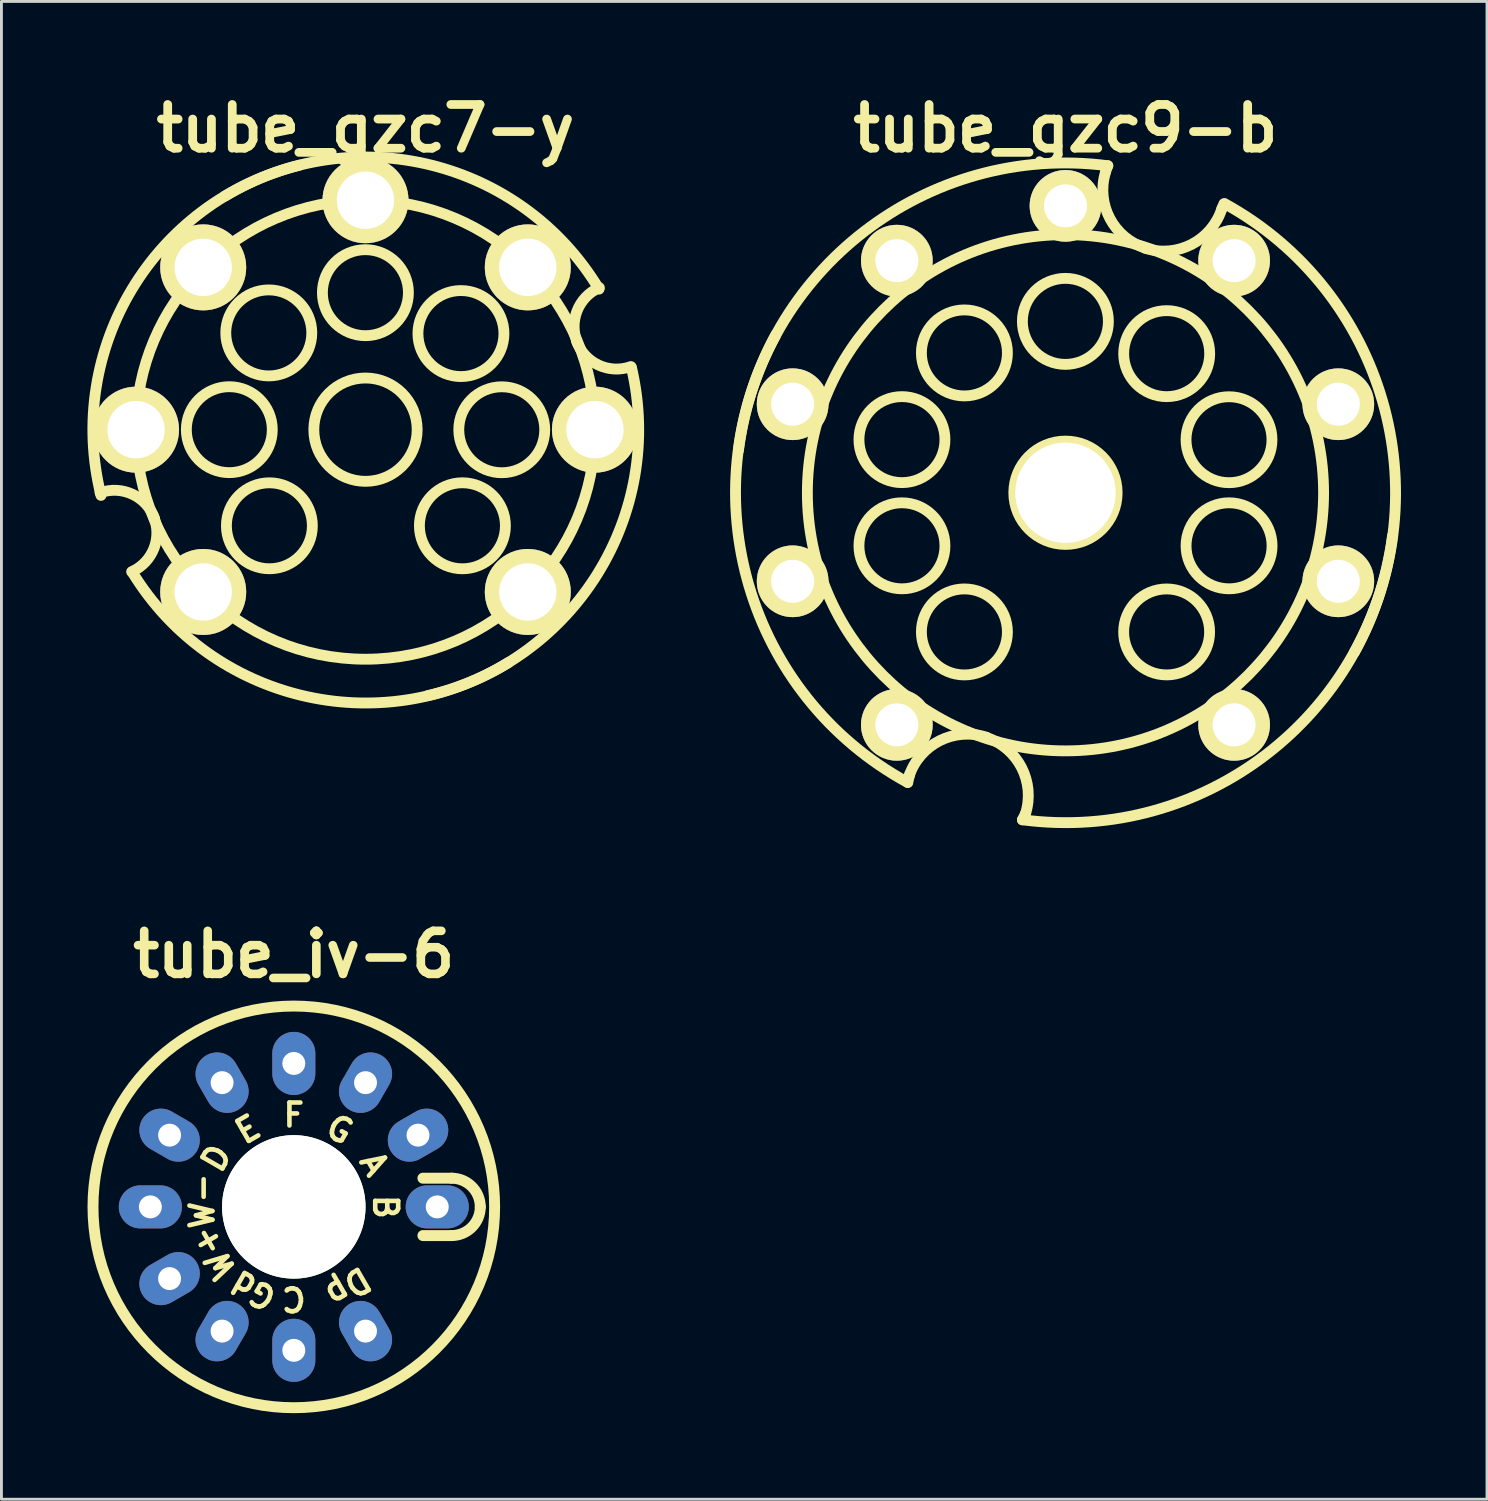
<source format=kicad_pcb>
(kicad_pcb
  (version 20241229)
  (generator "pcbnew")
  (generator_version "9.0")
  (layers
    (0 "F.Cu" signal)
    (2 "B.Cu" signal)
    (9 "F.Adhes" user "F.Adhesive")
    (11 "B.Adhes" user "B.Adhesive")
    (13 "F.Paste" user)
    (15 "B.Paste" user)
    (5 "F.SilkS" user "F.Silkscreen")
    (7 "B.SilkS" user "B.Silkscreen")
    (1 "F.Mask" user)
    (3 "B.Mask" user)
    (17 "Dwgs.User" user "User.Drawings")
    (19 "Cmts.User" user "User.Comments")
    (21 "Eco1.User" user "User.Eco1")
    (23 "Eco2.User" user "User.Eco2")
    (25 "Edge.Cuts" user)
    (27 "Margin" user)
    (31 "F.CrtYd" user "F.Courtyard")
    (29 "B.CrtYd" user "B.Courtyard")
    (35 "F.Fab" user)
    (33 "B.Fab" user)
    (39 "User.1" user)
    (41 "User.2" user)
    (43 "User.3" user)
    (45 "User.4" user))
  (footprint "tube_iv-6"
    (layer "F.Cu")
    (at 7.191 39.018)
    (property "Reference" "tube_iv-6" (at 0 -8.8 0) (layer "F.SilkS") (effects (font (size 1.5 1.5) (thickness 0.3))))
    (attr through_hole)
    (fp_line (start 5.5 -1) (end 4.5 -1) (stroke (width 0.381) (type solid)) (layer "F.SilkS"))
    (fp_line (start 5.5 1) (end 4.5 1) (stroke (width 0.381) (type solid)) (layer "F.SilkS"))
    (fp_arc (start 5.5 -1) (mid 6.207107 -0.707107) (end 6.5 0) (stroke (width 0.381) (type solid)) (layer "F.SilkS"))
    (fp_arc (start 6.5 0) (mid 6.207107 0.707107) (end 5.5 1) (stroke (width 0.381) (type solid)) (layer "F.SilkS"))
    (fp_circle (center 0 0) (end 7 0) (stroke (width 0.381) (type solid)) (fill no) (layer "F.SilkS"))
    (fp_text user "B" (at 3.2 0 270) (unlocked yes) (layer "F.SilkS") (effects (font (size 0.8 0.8) (thickness 0.16))))
    (fp_text user "E" (at -1.6 -2.7 30) (unlocked yes) (layer "F.SilkS") (effects (font (size 0.8 0.8) (thickness 0.16))))
    (fp_text user "D" (at -2.7 -1.7 60) (unlocked yes) (layer "F.SilkS") (effects (font (size 0.8 0.8) (thickness 0.16))))
    (fp_text user "Gd" (at -1.4 2.9 150) (unlocked yes) (layer "F.SilkS") (effects (font (size 0.8 0.8) (thickness 0.16))))
    (fp_text user "W+" (at -2.8 1.6 120) (unlocked yes) (layer "F.SilkS") (effects (font (size 0.8 0.8) (thickness 0.16))))
    (fp_text user "W-" (at -3.2 -0.2 90) (unlocked yes) (layer "F.SilkS") (effects (font (size 0.8 0.8) (thickness 0.16))))
    (fp_text user "A" (at 2.8 -1.5 300) (unlocked yes) (layer "F.SilkS") (effects (font (size 0.8 0.8) (thickness 0.16))))
    (fp_text user "F" (at 0 -3.2 0) (unlocked yes) (layer "F.SilkS") (effects (font (size 0.8 0.8) (thickness 0.16))))
    (fp_text user "G" (at 1.6 -2.7 330) (unlocked yes) (layer "F.SilkS") (effects (font (size 0.8 0.8) (thickness 0.16))))
    (fp_text user "C" (at 0 3.2 180) (unlocked yes) (layer "F.SilkS") (effects (font (size 0.8 0.8) (thickness 0.16))))
    (fp_text user "Dp" (at 1.9 2.8 210) (unlocked yes) (layer "F.SilkS") (effects (font (size 0.8 0.8) (thickness 0.16))))
    (pad "" np_thru_hole circle (at 0 0 90) (size 5 5) (drill 5) (layers "*.Cu" "F.SilkS"))
    (pad "1" thru_hole oval (at 5 0 90) (size 1.5 2.2) (drill 0.8) (layers "*.Cu" "*.Mask"))
    (pad "2" thru_hole oval (at 4.33 -2.5 300) (size 1.5 2.2) (drill 0.8) (layers "*.Cu" "*.Mask"))
    (pad "3" thru_hole oval (at 2.5 -4.33 330) (size 1.5 2.2) (drill 0.8) (layers "*.Cu" "*.Mask"))
    (pad "4" thru_hole oval (at 0 -5) (size 1.5 2.2) (drill 0.8) (layers "*.Cu" "*.Mask"))
    (pad "5" thru_hole oval (at -2.5 -4.33 30) (size 1.5 2.2) (drill 0.8) (layers "*.Cu" "*.Mask"))
    (pad "6" thru_hole oval (at -4.33 -2.5 60) (size 1.5 2.2) (drill 0.8) (layers "*.Cu" "*.Mask"))
    (pad "7" thru_hole oval (at -5 0 90) (size 1.5 2.2) (drill 0.8) (layers "*.Cu" "*.Mask"))
    (pad "8" thru_hole oval (at -4.33 2.5 300) (size 1.5 2.2) (drill 0.8) (layers "*.Cu" "*.Mask"))
    (pad "9" thru_hole oval (at -2.5 4.33 330) (size 1.5 2.2) (drill 0.8) (layers "*.Cu" "*.Mask"))
    (pad "10" thru_hole oval (at 0 5) (size 1.5 2.2) (drill 0.8) (layers "*.Cu" "*.Mask"))
    (pad "11" thru_hole oval (at 2.5 4.33 30) (size 1.5 2.2) (drill 0.8) (layers "*.Cu" "*.Mask")))
  (footprint "tube_gzc7-y"
    (layer "F.Cu")
    (at 9.69 11.927)
    (property "Reference" "tube_gzc7-y" (at 0 -10.5 0) (layer "F.SilkS") (effects (font (size 1.524 1.524) (thickness 0.305))))
    (attr through_hole)
    (fp_arc (start -9.25068 2.19964) (mid -8.114498 2.255734) (end -7.35076 3.0988) (stroke (width 0.37846) (type solid)) (layer "F.SilkS"))
    (fp_arc (start -9.2202 2.29108) (mid -8.139704 -4.899628) (end -2.29108 -9.2202) (stroke (width 0.37846) (type solid)) (layer "F.SilkS"))
    (fp_arc (start -7.39902 2.99974) (mid -7.370933 4.130811) (end -8.15086 4.95046) (stroke (width 0.37846) (type solid)) (layer "F.SilkS"))
    (fp_arc (start -4.89966 -8.1407) (mid 2.291761 -9.220927) (end 8.1407 -4.89966) (stroke (width 0.37846) (type solid)) (layer "F.SilkS"))
    (fp_arc (start 4.98094 8.12038) (mid -2.219919 9.264032) (end -8.12038 4.98094) (stroke (width 0.37846) (type solid)) (layer "F.SilkS"))
    (fp_arc (start 7.39902 -2.99974) (mid 7.370933 -4.130811) (end 8.15086 -4.95046) (stroke (width 0.37846) (type solid)) (layer "F.SilkS"))
    (fp_arc (start 9.25068 -2.19964) (mid 8.114498 -2.255734) (end 7.35076 -3.0988) (stroke (width 0.37846) (type solid)) (layer "F.SilkS"))
    (fp_arc (start 9.271 -2.16916) (mid 8.089415 5.021759) (end 2.16916 9.271) (stroke (width 0.37846) (type solid)) (layer "F.SilkS"))
    (fp_circle (center -4.747 0) (end -3.249 0) (stroke (width 0.378) (type solid)) (fill no) (layer "F.SilkS"))
    (fp_circle (center -3.371 -3.373) (end -1.872 -3.373) (stroke (width 0.378) (type solid)) (fill no) (layer "F.SilkS"))
    (fp_circle (center -3.35 3.35) (end -1.852 3.35) (stroke (width 0.378) (type solid)) (fill no) (layer "F.SilkS"))
    (fp_circle (center -0.003 -4.775) (end 1.496 -4.775) (stroke (width 0.378) (type solid)) (fill no) (layer "F.SilkS"))
    (fp_circle (center 0 0) (end 1.801 0) (stroke (width 0.378) (type solid)) (fill no) (layer "F.SilkS"))
    (fp_circle (center 0 0) (end 8.001 0) (stroke (width 0.378) (type solid)) (fill no) (layer "F.SilkS"))
    (fp_circle (center 3.327 -3.35) (end 4.826 -3.35) (stroke (width 0.378) (type solid)) (fill no) (layer "F.SilkS"))
    (fp_circle (center 3.378 3.35) (end 4.877 3.35) (stroke (width 0.378) (type solid)) (fill no) (layer "F.SilkS"))
    (fp_circle (center 4.75 0.003) (end 6.248 0.003) (stroke (width 0.378) (type solid)) (fill no) (layer "F.SilkS"))
    (pad "1" thru_hole circle (at 5.657 5.657) (size 2.997 2.997) (drill 1.999) (layers "*.Cu" "*.Mask" "F.SilkS"))
    (pad "2" thru_hole circle (at 7.998 0) (size 2.997 2.997) (drill 1.999) (layers "*.Cu" "*.Mask" "F.SilkS"))
    (pad "3" thru_hole circle (at 5.657 -5.657) (size 2.997 2.997) (drill 1.999) (layers "*.Cu" "*.Mask" "F.SilkS"))
    (pad "4" thru_hole circle (at 0 -7.998) (size 2.997 2.997) (drill 1.999) (layers "*.Cu" "*.Mask" "F.SilkS"))
    (pad "5" thru_hole circle (at -5.657 -5.657) (size 2.997 2.997) (drill 1.999) (layers "*.Cu" "*.Mask" "F.SilkS"))
    (pad "6" thru_hole circle (at -7.998 0) (size 2.997 2.997) (drill 1.999) (layers "*.Cu" "*.Mask" "F.SilkS"))
    (pad "7" thru_hole circle (at -5.657 5.657) (size 2.997 2.997) (drill 1.999) (layers "*.Cu" "*.Mask" "F.SilkS")))
  (footprint "tube_gzc9-b"
    (layer "F.Cu")
    (at 34.089 14.126)
    (property "Reference" "tube_gzc9-b" (at 0 -12.7 0) (layer "F.SilkS") (effects (font (size 1.524 1.524) (thickness 0.305))))
    (attr through_hole)
    (fp_line (start -5.499 10.099) (end -5.425 9.799) (stroke (width 0.378) (type solid)) (layer "F.SilkS"))
    (fp_line (start -1.501 11.4) (end -1.4 11.199) (stroke (width 0.378) (type solid)) (layer "F.SilkS"))
    (fp_line (start 1.476 -11.4) (end 1.4 -11.199) (stroke (width 0.378) (type solid)) (layer "F.SilkS"))
    (fp_line (start 5.524 -10.076) (end 5.451 -9.901) (stroke (width 0.378) (type solid)) (layer "F.SilkS"))
    (fp_arc (start -11.39952 -1.47574) (mid -7.017172 -9.104184) (end 1.47574 -11.39952) (stroke (width 0.37846) (type solid)) (layer "F.SilkS"))
    (fp_arc (start -5.4991 10.09904) (mid -11.029551 3.252649) (end -10.09904 -5.4991) (stroke (width 0.37846) (type solid)) (layer "F.SilkS"))
    (fp_arc (start -5.45084 9.87552) (mid -4.379419 8.640161) (end -2.74828 8.52424) (stroke (width 0.37846) (type solid)) (layer "F.SilkS"))
    (fp_arc (start -2.77622 8.52424) (mid -1.532678 9.575904) (end -1.397 11.19886) (stroke (width 0.37846) (type solid)) (layer "F.SilkS"))
    (fp_arc (start 2.79908 -8.52424) (mid 1.548843 -9.55974) (end 1.397 -11.176) (stroke (width 0.37846) (type solid)) (layer "F.SilkS"))
    (fp_arc (start 5.45084 -9.90092) (mid 4.39738 -8.658122) (end 2.77368 -8.52424) (stroke (width 0.37846) (type solid)) (layer "F.SilkS"))
    (fp_arc (start 5.5499 -10.07618) (mid 11.049307 -3.200563) (end 10.07618 5.5499) (stroke (width 0.37846) (type solid)) (layer "F.SilkS"))
    (fp_arc (start 11.39952 1.50114) (mid 6.999212 9.122144) (end -1.50114 11.39952) (stroke (width 0.37846) (type solid)) (layer "F.SilkS"))
    (fp_circle (center -5.7 -1.852) (end -4.201 -1.852) (stroke (width 0.378) (type solid)) (fill no) (layer "F.SilkS"))
    (fp_circle (center -5.7 1.849) (end -4.201 1.849) (stroke (width 0.378) (type solid)) (fill no) (layer "F.SilkS"))
    (fp_circle (center -3.523 -4.874) (end -2.024 -4.874) (stroke (width 0.378) (type solid)) (fill no) (layer "F.SilkS"))
    (fp_circle (center -3.523 4.851) (end -2.024 4.851) (stroke (width 0.378) (type solid)) (fill no) (layer "F.SilkS"))
    (fp_circle (center -0.003 -5.974) (end 1.496 -5.974) (stroke (width 0.378) (type solid)) (fill no) (layer "F.SilkS"))
    (fp_circle (center 0 0) (end 1.801 0) (stroke (width 0.378) (type solid)) (fill no) (layer "F.SilkS"))
    (fp_circle (center 0 0) (end 8.997 0) (stroke (width 0.378) (type solid)) (fill no) (layer "F.SilkS"))
    (fp_circle (center 3.526 4.851) (end 5.024 4.851) (stroke (width 0.378) (type solid)) (fill no) (layer "F.SilkS"))
    (fp_circle (center 3.528 -4.849) (end 5.027 -4.849) (stroke (width 0.378) (type solid)) (fill no) (layer "F.SilkS"))
    (fp_circle (center 5.7 -1.849) (end 7.198 -1.849) (stroke (width 0.378) (type solid)) (fill no) (layer "F.SilkS"))
    (fp_circle (center 5.702 1.849) (end 7.201 1.849) (stroke (width 0.378) (type solid)) (fill no) (layer "F.SilkS"))
    (pad "" np_thru_hole circle (at 0 0) (size 3.498 3.498) (drill 3.498) (layers "*.Cu" "*.Mask" "F.SilkS"))
    (pad "1" thru_hole circle (at 5.878 8.09) (size 2.499 2.499) (drill 1.499) (layers "*.Cu" "*.Mask" "F.SilkS"))
    (pad "2" thru_hole circle (at 9.51 3.086) (size 2.499 2.499) (drill 1.499) (layers "*.Cu" "*.Mask" "F.SilkS"))
    (pad "3" thru_hole circle (at 9.51 -3.086) (size 2.499 2.499) (drill 1.499) (layers "*.Cu" "*.Mask" "F.SilkS"))
    (pad "4" thru_hole circle (at 5.878 -8.09) (size 2.499 2.499) (drill 1.499) (layers "*.Cu" "*.Mask" "F.SilkS"))
    (pad "5" thru_hole circle (at 0 -10) (size 2.499 2.499) (drill 1.499) (layers "*.Cu" "*.Mask" "F.SilkS"))
    (pad "6" thru_hole circle (at -5.878 -8.09) (size 2.499 2.499) (drill 1.499) (layers "*.Cu" "*.Mask" "F.SilkS"))
    (pad "7" thru_hole circle (at -9.51 -3.086) (size 2.499 2.499) (drill 1.499) (layers "*.Cu" "*.Mask" "F.SilkS"))
    (pad "8" thru_hole circle (at -9.51 3.086) (size 2.499 2.499) (drill 1.499) (layers "*.Cu" "*.Mask" "F.SilkS"))
    (pad "9" thru_hole circle (at -5.878 8.09) (size 2.499 2.499) (drill 1.499) (layers "*.Cu" "*.Mask" "F.SilkS")))
  (gr_rect
    (start -3 -3)
    (end 48.782 49.208)
    (stroke (width 0.1) (type default))
    (fill no)
    (layer "Edge.Cuts")))
</source>
